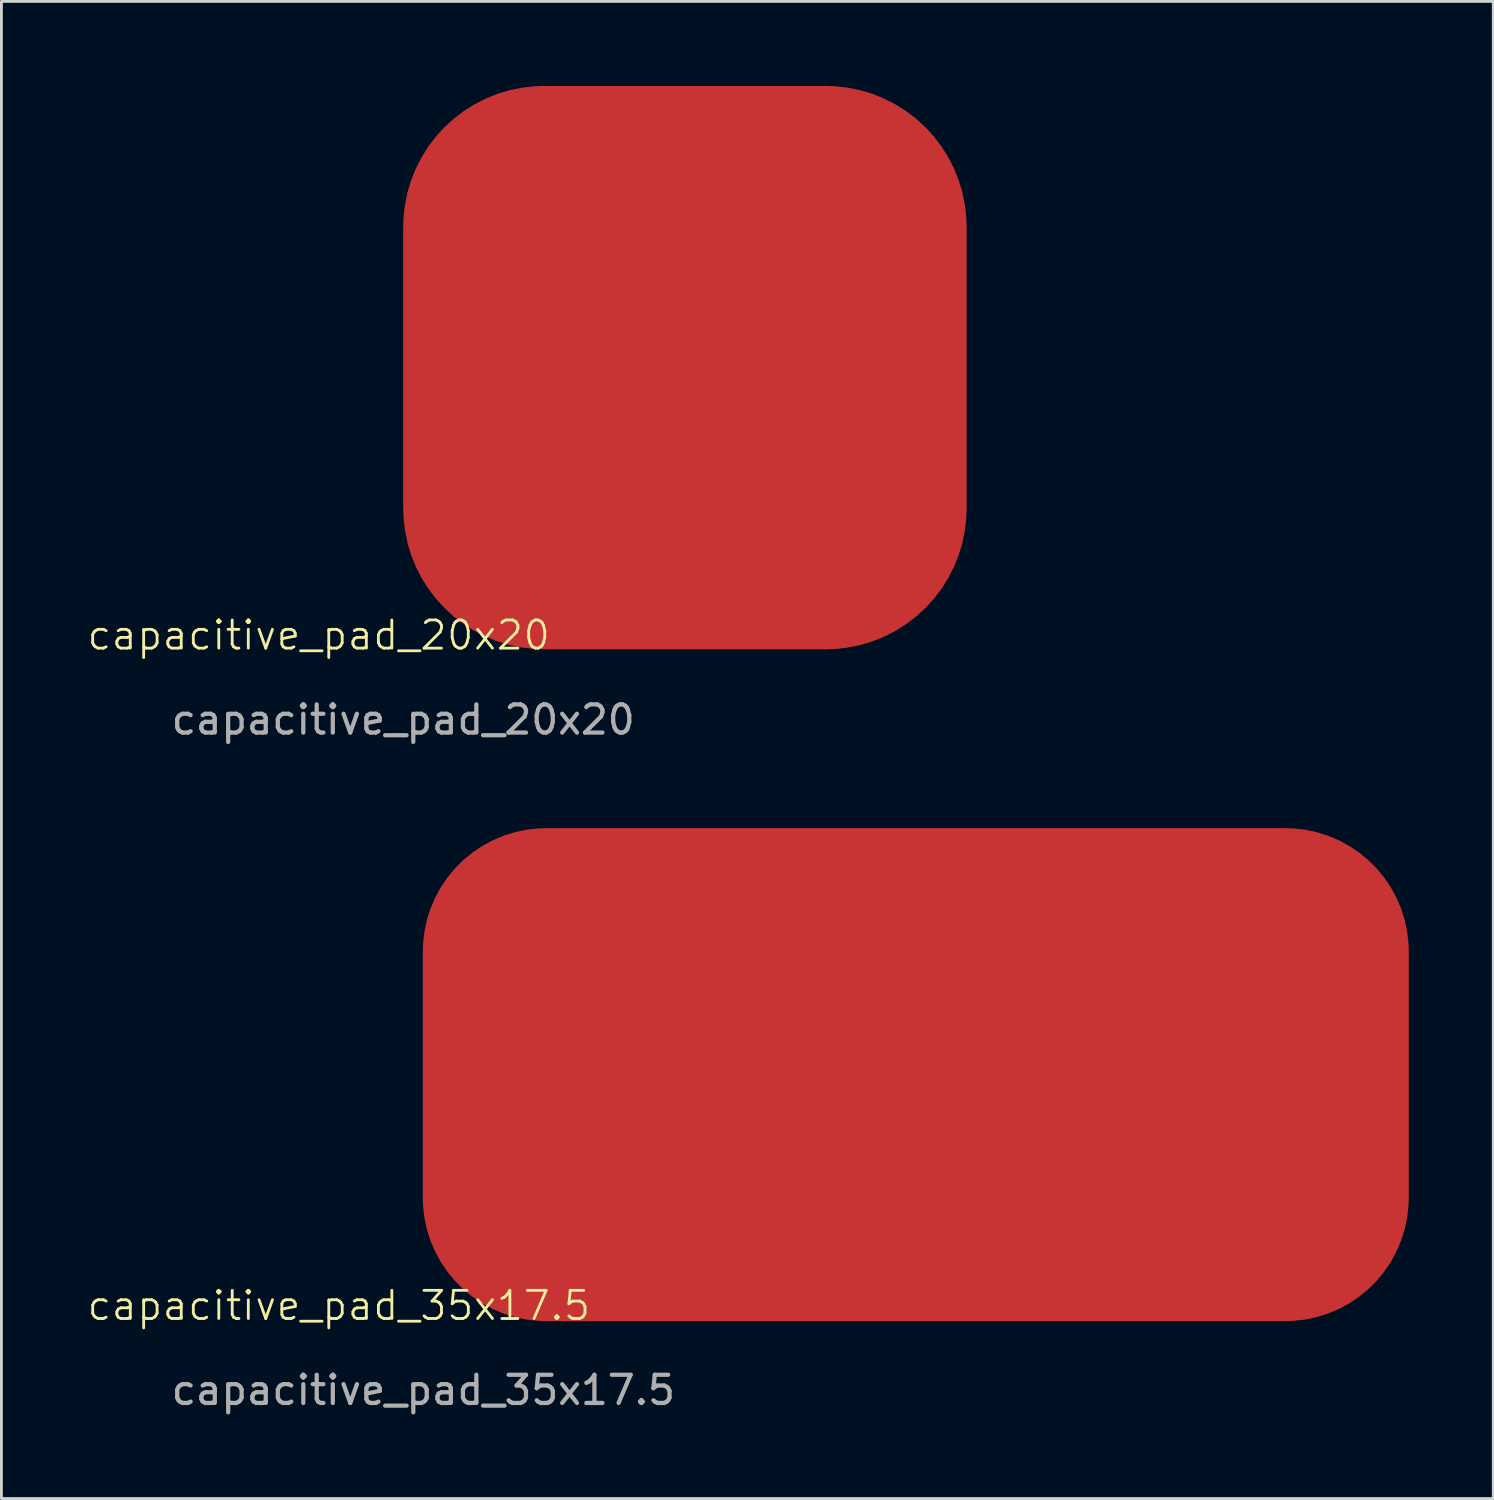
<source format=kicad_pcb>
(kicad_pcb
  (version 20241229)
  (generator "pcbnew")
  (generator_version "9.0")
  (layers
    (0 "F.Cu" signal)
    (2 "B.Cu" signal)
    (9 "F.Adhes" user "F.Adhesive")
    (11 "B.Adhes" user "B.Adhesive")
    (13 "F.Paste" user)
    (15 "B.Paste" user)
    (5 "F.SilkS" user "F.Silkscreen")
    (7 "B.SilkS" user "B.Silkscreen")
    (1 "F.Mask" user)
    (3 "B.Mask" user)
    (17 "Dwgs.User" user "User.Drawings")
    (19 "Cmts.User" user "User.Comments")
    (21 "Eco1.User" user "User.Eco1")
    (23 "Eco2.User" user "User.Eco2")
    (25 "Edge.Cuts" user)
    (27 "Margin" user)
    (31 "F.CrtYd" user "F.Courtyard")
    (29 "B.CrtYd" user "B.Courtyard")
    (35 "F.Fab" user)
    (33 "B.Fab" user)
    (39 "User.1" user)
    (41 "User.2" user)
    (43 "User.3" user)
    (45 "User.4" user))
  (footprint "capacitive_pad_35x17.5"
    (layer "F.Cu")
    (at 11.979 43.798)
    (property "Reference" "capacitive_pad_35x17.5" (at -3 -0.5 0) (unlocked yes) (layer "F.SilkS") (effects (font (size 1 1) (thickness 0.1))))
    (fp_text user "${REFERENCE}" (at 0 2.5 0) (unlocked yes) (layer "F.Fab") (effects (font (size 1 1) (thickness 0.15))))
    (pad "1" smd roundrect (at 17.48 -8.7) (size 35 17.5) (layers "F.Cu" "F.Mask" "F.Paste") (roundrect_rratio 0.25)))
  (footprint "capacitive_pad_20x20"
    (layer "F.Cu")
    (at 11.264 20)
    (property "Reference" "capacitive_pad_20x20" (at -3 -0.5 0) (unlocked yes) (layer "F.SilkS") (effects (font (size 1 1) (thickness 0.1))))
    (fp_text user "${REFERENCE}" (at 0 2.5 0) (unlocked yes) (layer "F.Fab") (effects (font (size 1 1) (thickness 0.15))))
    (pad "1" smd roundrect (at 10 -10) (size 20 20) (layers "F.Cu" "F.Mask") (roundrect_rratio 0.25)))
  (gr_rect
    (start -3 -3)
    (end 49.959 50.147)
    (stroke (width 0.1) (type default))
    (fill no)
    (layer "Edge.Cuts")))
</source>
